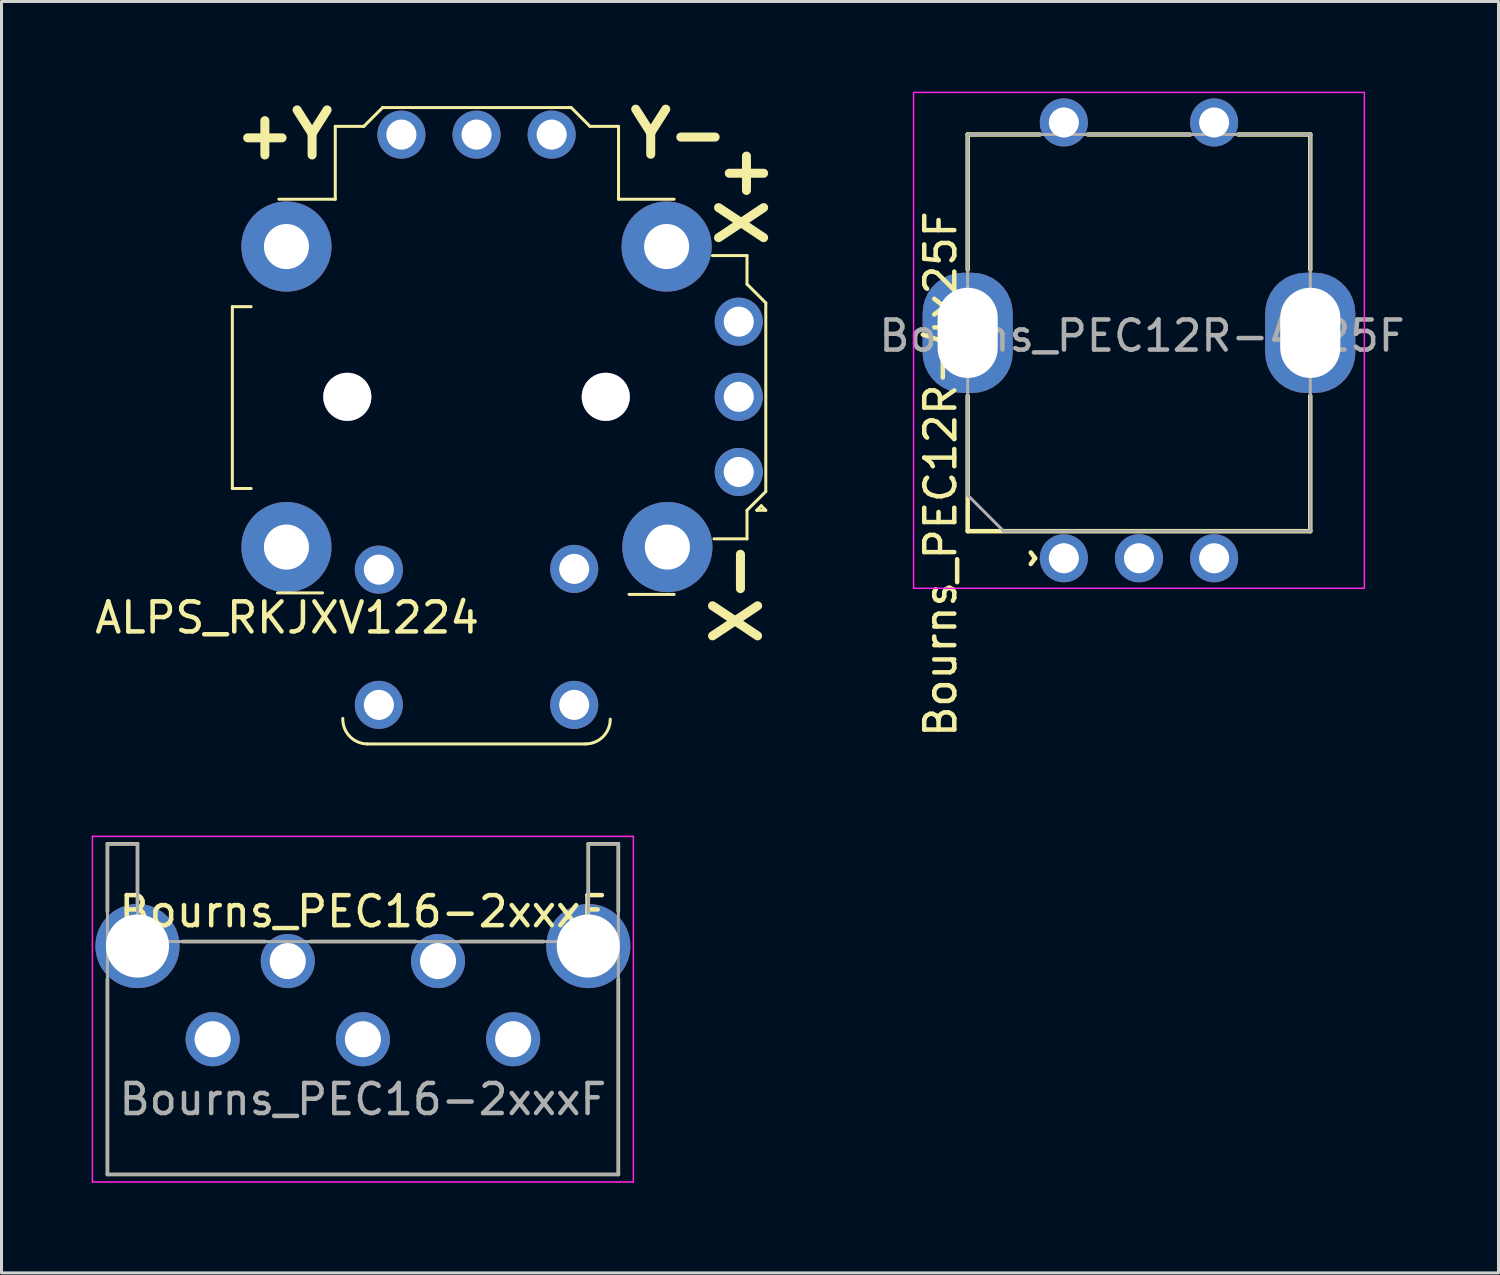
<source format=kicad_pcb>
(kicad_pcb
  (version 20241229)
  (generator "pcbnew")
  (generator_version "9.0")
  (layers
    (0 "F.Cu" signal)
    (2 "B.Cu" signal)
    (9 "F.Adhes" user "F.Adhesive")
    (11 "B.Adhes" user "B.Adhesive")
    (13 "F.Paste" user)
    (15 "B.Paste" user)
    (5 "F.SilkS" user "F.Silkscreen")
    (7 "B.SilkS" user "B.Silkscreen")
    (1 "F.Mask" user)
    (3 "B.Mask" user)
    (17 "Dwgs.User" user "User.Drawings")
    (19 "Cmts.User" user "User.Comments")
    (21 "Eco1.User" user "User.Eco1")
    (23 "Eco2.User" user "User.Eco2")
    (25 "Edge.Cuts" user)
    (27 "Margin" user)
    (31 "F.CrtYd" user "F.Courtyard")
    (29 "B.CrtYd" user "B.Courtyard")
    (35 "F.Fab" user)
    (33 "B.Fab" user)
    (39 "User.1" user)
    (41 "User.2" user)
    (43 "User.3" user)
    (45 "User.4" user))
  (footprint "Bourns_PEC16-2xxxF"
    (layer "F.Cu")
    (at 9.025 33.529)
    (property "Reference" "Bourns_PEC16-2xxxF" (at 0 -6.25 0) (unlocked yes) (layer "F.SilkS") (effects (font (size 1 1) (thickness 0.15))))
    (attr through_hole)
    (fp_line (start -8.5 -8.5) (end -7.5 -8.5) (stroke (width 0.12) (type solid)) (layer "F.SilkS"))
    (fp_line (start -8.5 -6.25) (end -8.5 -8.5) (stroke (width 0.12) (type solid)) (layer "F.SilkS"))
    (fp_line (start -8.5 -4) (end -8.5 2.5) (stroke (width 0.12) (type solid)) (layer "F.SilkS"))
    (fp_line (start -8.5 2.5) (end 8.5 2.5) (stroke (width 0.12) (type solid)) (layer "F.SilkS"))
    (fp_line (start -7.5 -8.5) (end -7.5 -6.5) (stroke (width 0.12) (type solid)) (layer "F.SilkS"))
    (fp_line (start -3.25 -5.25) (end -6 -5.25) (stroke (width 0.12) (type solid)) (layer "F.SilkS"))
    (fp_line (start -1.75 -5.25) (end 1.75 -5.25) (stroke (width 0.12) (type solid)) (layer "F.SilkS"))
    (fp_line (start 3.25 -5.25) (end 6 -5.25) (stroke (width 0.12) (type solid)) (layer "F.SilkS"))
    (fp_line (start 7.5 -8.5) (end 8.5 -8.5) (stroke (width 0.12) (type solid)) (layer "F.SilkS"))
    (fp_line (start 7.5 -6.5) (end 7.5 -8.5) (stroke (width 0.12) (type solid)) (layer "F.SilkS"))
    (fp_line (start 8.5 -8.5) (end 8.5 -6.25) (stroke (width 0.12) (type solid)) (layer "F.SilkS"))
    (fp_line (start 8.5 -4) (end 8.5 2.5) (stroke (width 0.12) (type solid)) (layer "F.SilkS"))
    (fp_line (start -9 -8.75) (end 9 -8.75) (stroke (width 0.05) (type solid)) (layer "F.CrtYd"))
    (fp_line (start -9 2.75) (end -9 -8.75) (stroke (width 0.05) (type solid)) (layer "F.CrtYd"))
    (fp_line (start 9 -8.75) (end 9 2.75) (stroke (width 0.05) (type solid)) (layer "F.CrtYd"))
    (fp_line (start 9 2.75) (end -9 2.75) (stroke (width 0.05) (type solid)) (layer "F.CrtYd"))
    (fp_line (start -8.5 -8.5) (end -8.5 2.5) (stroke (width 0.1) (type solid)) (layer "F.Fab"))
    (fp_line (start -8.5 2.5) (end 8.5 2.5) (stroke (width 0.1) (type solid)) (layer "F.Fab"))
    (fp_line (start -7.5 -8.5) (end -8.5 -8.5) (stroke (width 0.1) (type solid)) (layer "F.Fab"))
    (fp_line (start -7.5 -5.25) (end -7.5 -8.5) (stroke (width 0.1) (type solid)) (layer "F.Fab"))
    (fp_line (start 7.5 -8.5) (end 7.5 -5.25) (stroke (width 0.1) (type solid)) (layer "F.Fab"))
    (fp_line (start 7.5 -5.25) (end -7.5 -5.25) (stroke (width 0.1) (type solid)) (layer "F.Fab"))
    (fp_line (start 8.5 -8.5) (end 7.5 -8.5) (stroke (width 0.1) (type solid)) (layer "F.Fab"))
    (fp_line (start 8.5 2.5) (end 8.5 -8.5) (stroke (width 0.1) (type solid)) (layer "F.Fab"))
    (fp_text user "${REFERENCE}" (at 0 0 0) (unlocked yes) (layer "F.Fab") (effects (font (size 1 1) (thickness 0.15))))
    (pad "" thru_hole circle (at -7.5 -5.1) (size 2.8 2.8) (drill 2.1) (layers "*.Cu" "*.Mask"))
    (pad "" thru_hole circle (at 7.5 -5.1) (size 2.8 2.8) (drill 2.1) (layers "*.Cu" "*.Mask"))
    (pad "1" thru_hole circle (at -2.5 -4.6) (size 1.8 1.8) (drill 1.2) (layers "*.Cu" "*.Mask"))
    (pad "2" thru_hole circle (at 2.5 -4.6) (size 1.8 1.8) (drill 1.2) (layers "*.Cu" "*.Mask"))
    (pad "A" thru_hole circle (at -5 -2) (size 1.8 1.8) (drill 1.2) (layers "*.Cu" "*.Mask"))
    (pad "B" thru_hole circle (at 0 -2) (size 1.8 1.8) (drill 1.2) (layers "*.Cu" "*.Mask"))
    (pad "C" thru_hole circle (at 5 -2) (size 1.8 1.8) (drill 1.2) (layers "*.Cu" "*.Mask")))
  (footprint "Bourns_PEC12R-4x25F"
    (layer "F.Cu")
    (at 34.848 8.025)
    (property "Reference" "Bourns_PEC12R-4x25F" (at -6.6 4.7 90) (layer "F.SilkS") (effects (font (size 1 1) (thickness 0.15))))
    (attr smd)
    (fp_line (start -5.7 -6.6) (end -3.3 -6.6) (stroke (width 0.15) (type solid)) (layer "F.SilkS"))
    (fp_line (start -5.7 -2.1) (end -5.7 -6.6) (stroke (width 0.15) (type solid)) (layer "F.SilkS"))
    (fp_line (start -5.7 2.1) (end -5.7 6.6) (stroke (width 0.15) (type solid)) (layer "F.SilkS"))
    (fp_line (start -5.7 6.6) (end 5.7 6.6) (stroke (width 0.15) (type solid)) (layer "F.SilkS"))
    (fp_line (start -1.7 -6.6) (end 1.7 -6.6) (stroke (width 0.15) (type solid)) (layer "F.SilkS"))
    (fp_line (start 5.7 -6.6) (end 3.3 -6.6) (stroke (width 0.15) (type solid)) (layer "F.SilkS"))
    (fp_line (start 5.7 -2.1) (end 5.7 -6.6) (stroke (width 0.15) (type solid)) (layer "F.SilkS"))
    (fp_line (start 5.7 2.1) (end 5.7 6.6) (stroke (width 0.15) (type solid)) (layer "F.SilkS"))
    (fp_rect (start 7.5 -8) (end -7.5 8.5) (stroke (width 0.05) (type solid)) (fill no) (layer "F.CrtYd"))
    (fp_line (start -5.7 -6.6) (end 5.7 -6.6) (stroke (width 0.1) (type solid)) (layer "F.Fab"))
    (fp_line (start -5.7 5.4) (end -5.7 -6.6) (stroke (width 0.1) (type solid)) (layer "F.Fab"))
    (fp_line (start -4.5 6.6) (end -5.7 5.4) (stroke (width 0.1) (type solid)) (layer "F.Fab"))
    (fp_line (start 5.7 -6.6) (end 5.7 6.6) (stroke (width 0.1) (type solid)) (layer "F.Fab"))
    (fp_line (start 5.7 6.6) (end -4.5 6.6) (stroke (width 0.1) (type solid)) (layer "F.Fab"))
    (fp_text user "^" (at -4.05 7.5 270) (unlocked yes) (layer "F.SilkS") (effects (font (size 1 1) (thickness 0.15))))
    (fp_text user "${REFERENCE}" (at 0.1 0.1 0) (layer "F.Fab") (effects (font (size 1 1) (thickness 0.15))))
    (pad "" thru_hole roundrect (at -5.7 0) (size 3 4) (drill oval 2 3) (layers "*.Cu" "*.Mask") (roundrect_rratio 0.45))
    (pad "" thru_hole roundrect (at 5.7 0) (size 3 4) (drill oval 2 3) (layers "*.Cu" "*.Mask") (roundrect_rratio 0.45))
    (pad "1" thru_hole circle (at -2.5 -7) (size 1.6 1.6) (drill 1) (layers "*.Cu" "*.Mask"))
    (pad "2" thru_hole circle (at 2.5 -7) (size 1.6 1.6) (drill 1) (layers "*.Cu" "*.Mask"))
    (pad "A" thru_hole circle (at -2.5 7.5) (size 1.6 1.6) (drill 1) (layers "*.Cu" "*.Mask"))
    (pad "B" thru_hole circle (at 2.5 7.5) (size 1.6 1.6) (drill 1) (layers "*.Cu" "*.Mask"))
    (pad "C" thru_hole circle (at 0 7.5) (size 1.6 1.6) (drill 1) (layers "*.Cu" "*.Mask")))
  (footprint "ALPS_RKJXV1224"
    (layer "F.Cu")
    (at 12.806 10.154)
    (property "Reference" "ALPS_RKJXV1224" (at -6.3 7.35 0) (layer "F.SilkS") (effects (font (size 1 1) (thickness 0.15))))
    (attr through_hole)
    (fp_line (start -8.125 -3) (end -7.5 -3) (stroke (width 0.1) (type solid)) (layer "F.SilkS"))
    (fp_line (start -8.125 3.05) (end -8.125 -3) (stroke (width 0.1) (type solid)) (layer "F.SilkS"))
    (fp_line (start -8.125 3.05) (end -7.5 3.05) (stroke (width 0.1) (type solid)) (layer "F.SilkS"))
    (fp_line (start -6.625 6.525) (end -5.125 6.525) (stroke (width 0.1) (type solid)) (layer "F.SilkS"))
    (fp_line (start -6.575 -6.575) (end -4.7 -6.575) (stroke (width 0.1) (type solid)) (layer "F.SilkS"))
    (fp_line (start -4.7 -9) (end -4.7 -6.575) (stroke (width 0.1) (type solid)) (layer "F.SilkS"))
    (fp_line (start -4.7 -9) (end -3.75 -9) (stroke (width 0.1) (type solid)) (layer "F.SilkS"))
    (fp_line (start -3.75 -9) (end -3.125 -9.625) (stroke (width 0.1) (type solid)) (layer "F.SilkS"))
    (fp_line (start -3.125 -9.625) (end 3.15 -9.625) (stroke (width 0.1) (type solid)) (layer "F.SilkS"))
    (fp_line (start 3.625 11.55) (end -3.625 11.55) (stroke (width 0.1) (type solid)) (layer "F.SilkS"))
    (fp_line (start 3.775 -9) (end 3.15 -9.625) (stroke (width 0.1) (type solid)) (layer "F.SilkS"))
    (fp_line (start 3.775 -9) (end 4.725 -9) (stroke (width 0.1) (type solid)) (layer "F.SilkS"))
    (fp_line (start 4.725 -9) (end 4.725 -6.575) (stroke (width 0.1) (type solid)) (layer "F.SilkS"))
    (fp_line (start 6.575 -6.575) (end 4.725 -6.575) (stroke (width 0.1) (type solid)) (layer "F.SilkS"))
    (fp_line (start 6.575 6.575) (end 5.075 6.575) (stroke (width 0.1) (type solid)) (layer "F.SilkS"))
    (fp_line (start 9 -4.7) (end 7.85 -4.7) (stroke (width 0.1) (type solid)) (layer "F.SilkS"))
    (fp_line (start 9 -4.7) (end 9 -3.75) (stroke (width 0.1) (type solid)) (layer "F.SilkS"))
    (fp_line (start 9 -3.75) (end 9.625 -3.125) (stroke (width 0.1) (type solid)) (layer "F.SilkS"))
    (fp_line (start 9 3.775) (end 9 4.725) (stroke (width 0.1) (type solid)) (layer "F.SilkS"))
    (fp_line (start 9 3.775) (end 9.625 3.15) (stroke (width 0.1) (type solid)) (layer "F.SilkS"))
    (fp_line (start 9 4.725) (end 7.9 4.725) (stroke (width 0.1) (type solid)) (layer "F.SilkS"))
    (fp_line (start 9.325 3.775) (end 9.625 3.775) (stroke (width 0.1) (type solid)) (layer "F.SilkS"))
    (fp_line (start 9.475 3.625) (end 9.325 3.775) (stroke (width 0.1) (type solid)) (layer "F.SilkS"))
    (fp_line (start 9.475 3.625) (end 9.625 3.775) (stroke (width 0.1) (type solid)) (layer "F.SilkS"))
    (fp_line (start 9.625 -3.125) (end 9.625 3.15) (stroke (width 0.1) (type solid)) (layer "F.SilkS"))
    (fp_arc (start -3.625 11.55) (mid -4.217404 11.299345) (end -4.45 10.699621) (stroke (width 0.1) (type solid)) (layer "F.SilkS"))
    (fp_arc (start 4.45 10.725) (mid 4.208363 11.308363) (end 3.625 11.55) (stroke (width 0.1) (type solid)) (layer "F.SilkS"))
    (fp_text user "X+" (at 8.875 -6.725 90) (layer "F.SilkS") (effects (font (size 1.5 1.5) (thickness 0.3))))
    (fp_text user "Y-" (at 6.725 -8.75 0) (layer "F.SilkS") (effects (font (size 1.5 1.5) (thickness 0.3))))
    (fp_text user "X-" (at 8.675 6.525 270) (layer "F.SilkS") (effects (font (size 1.5 1.5) (thickness 0.3))))
    (fp_text user "+Y" (at -6.4 -8.725 0) (layer "F.SilkS") (effects (font (size 1.5 1.5) (thickness 0.3))))
    (pad "" thru_hole circle (at -6.325 -5) (size 3 3) (drill 1.5) (layers "*.Cu" "*.Mask"))
    (pad "" thru_hole circle (at -6.325 5) (size 3 3) (drill 1.5) (layers "*.Cu" "*.Mask"))
    (pad "" thru_hole circle (at -4.3 0) (size 1.6 1.6) (drill 1.6) (layers "*.Cu" "*.Mask"))
    (pad "" thru_hole circle (at -3.25 5.75) (size 1.6 1.6) (drill 1) (layers "*.Cu" "*.Mask"))
    (pad "" thru_hole circle (at 3.25 10.25) (size 1.6 1.6) (drill 1) (layers "*.Cu" "*.Mask"))
    (pad "" thru_hole circle (at 4.3 0) (size 1.6 1.6) (drill 1.6) (layers "*.Cu" "*.Mask"))
    (pad "" thru_hole circle (at 6.325 -5) (size 3 3) (drill 1.5) (layers "*.Cu" "*.Mask"))
    (pad "" thru_hole circle (at 6.35 5) (size 3 3) (drill 1.5) (layers "*.Cu" "*.Mask"))
    (pad "1" thru_hole circle (at 8.725 2.5) (size 1.6 1.6) (drill 1) (layers "*.Cu" "*.Mask"))
    (pad "2" thru_hole circle (at 8.725 0) (size 1.6 1.6) (drill 1) (layers "*.Cu" "*.Mask"))
    (pad "3" thru_hole circle (at 8.725 -2.5) (size 1.6 1.6) (drill 1) (layers "*.Cu" "*.Mask"))
    (pad "4" thru_hole circle (at 2.5 -8.725) (size 1.6 1.6) (drill 1) (layers "*.Cu" "*.Mask"))
    (pad "5" thru_hole circle (at 0 -8.725) (size 1.6 1.6) (drill 1) (layers "*.Cu" "*.Mask"))
    (pad "6" thru_hole circle (at -2.5 -8.725) (size 1.6 1.6) (drill 1) (layers "*.Cu" "*.Mask"))
    (pad "7" thru_hole circle (at 3.25 5.725) (size 1.6 1.6) (drill 1) (layers "*.Cu" "*.Mask"))
    (pad "8" thru_hole circle (at -3.25 10.25) (size 1.6 1.6) (drill 1) (layers "*.Cu" "*.Mask")))
  (gr_rect
    (start -3 -3)
    (end 46.811 39.304)
    (stroke (width 0.1) (type default))
    (fill no)
    (layer "Edge.Cuts")))
</source>
